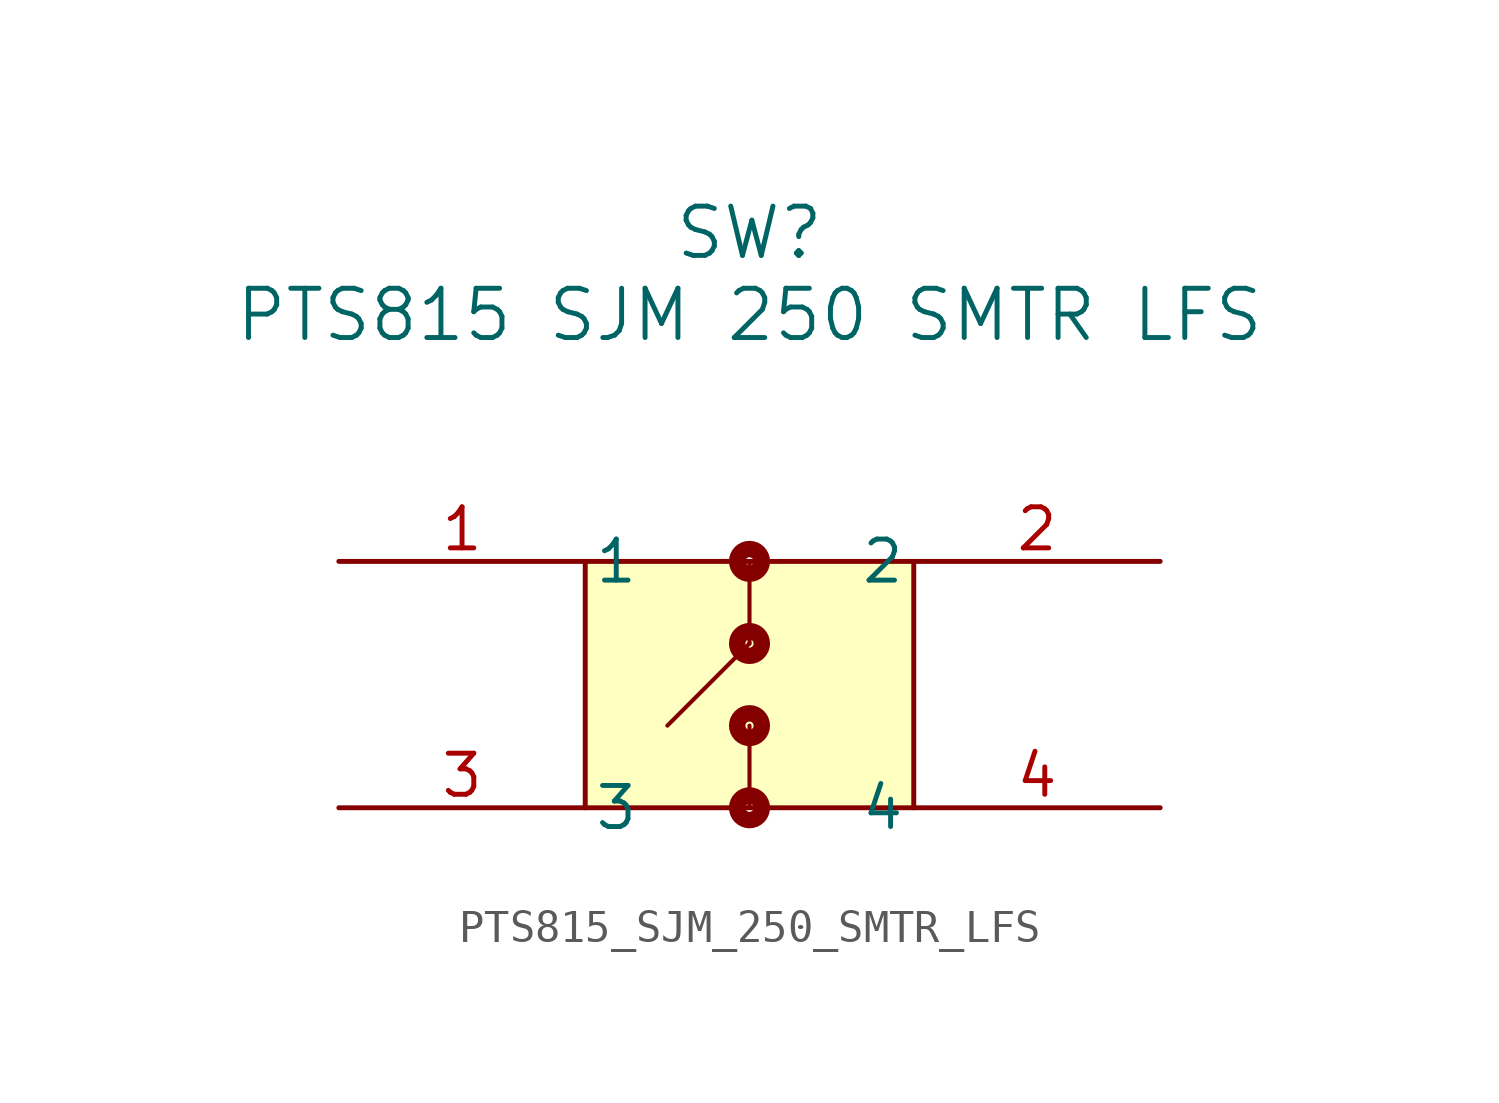
<source format=kicad_sym>
(kicad_symbol_lib
  (version 20231120)
  (generator "kicad_symbol_editor")
  (generator_version "8.0")
  (symbol "PTS815_SJM_250_SMTR_LFS"
    (pin_names
      (offset 0.254))
    (property "Reference" "SW"
      (at 40.64 7.62 0)
      (effects (font (size 1.524 1.524))))
    (property "Value" "PTS815 SJM 250 SMTR LFS"
      (at 40.64 5.08 0)
      (effects (font (size 1.524 1.524))))
    (property "ki_locked" ""
      (at 0 0 0)
      (effects (font (size 1.27 1.27))))
    (symbol "PTS815_SJM_250_SMTR_LFS_0_1"
      (polyline (pts (xy 38.1 -7.62) (xy 40.64 -5.08)) (stroke (width 0.127) (type default)) (fill (type none)))
      (polyline (pts (xy 40.64 -7.62) (xy 40.64 -10.16)) (stroke (width 0.127) (type default)) (fill (type none)))
      (polyline (pts (xy 40.64 -5.08) (xy 40.64 -2.54)) (stroke (width 0.127) (type default)) (fill (type none)))
      (circle (center 40.64 -10.16) (radius 0.127) (stroke (width 0.508) (type default)) (fill (type none)))
      (circle (center 40.64 -7.62) (radius 0.127) (stroke (width 0.508) (type default)) (fill (type none)))
      (circle (center 40.64 -5.08) (radius 0.127) (stroke (width 0.508) (type default)) (fill (type none)))
      (circle (center 40.64 -2.54) (radius 0.127) (stroke (width 0.508) (type default)) (fill (type none)))
      (pin unspecified line (at 27.94 -2.54 0) (length 7.62) (name "1" (effects (font (size 1.27 1.27)))) (number "1" (effects (font (size 1.27 1.27)))))
      (pin unspecified line (at 53.34 -2.54 180) (length 7.62) (name "2" (effects (font (size 1.27 1.27)))) (number "2" (effects (font (size 1.27 1.27)))))
      (pin unspecified line (at 27.94 -10.16 0) (length 7.62) (name "3" (effects (font (size 1.27 1.27)))) (number "3" (effects (font (size 1.27 1.27))))))
    (symbol "PTS815_SJM_250_SMTR_LFS_1_1"
      (rectangle (start 35.56 -2.54) (end 45.72 -10.16) (stroke (width 0) (type default)) (fill (type background)))
      (pin unspecified line (at 53.34 -10.16 180) (length 7.62) (name "4" (effects (font (size 1.27 1.27)))) (number "4" (effects (font (size 1.27 1.27))))))))
</source>
